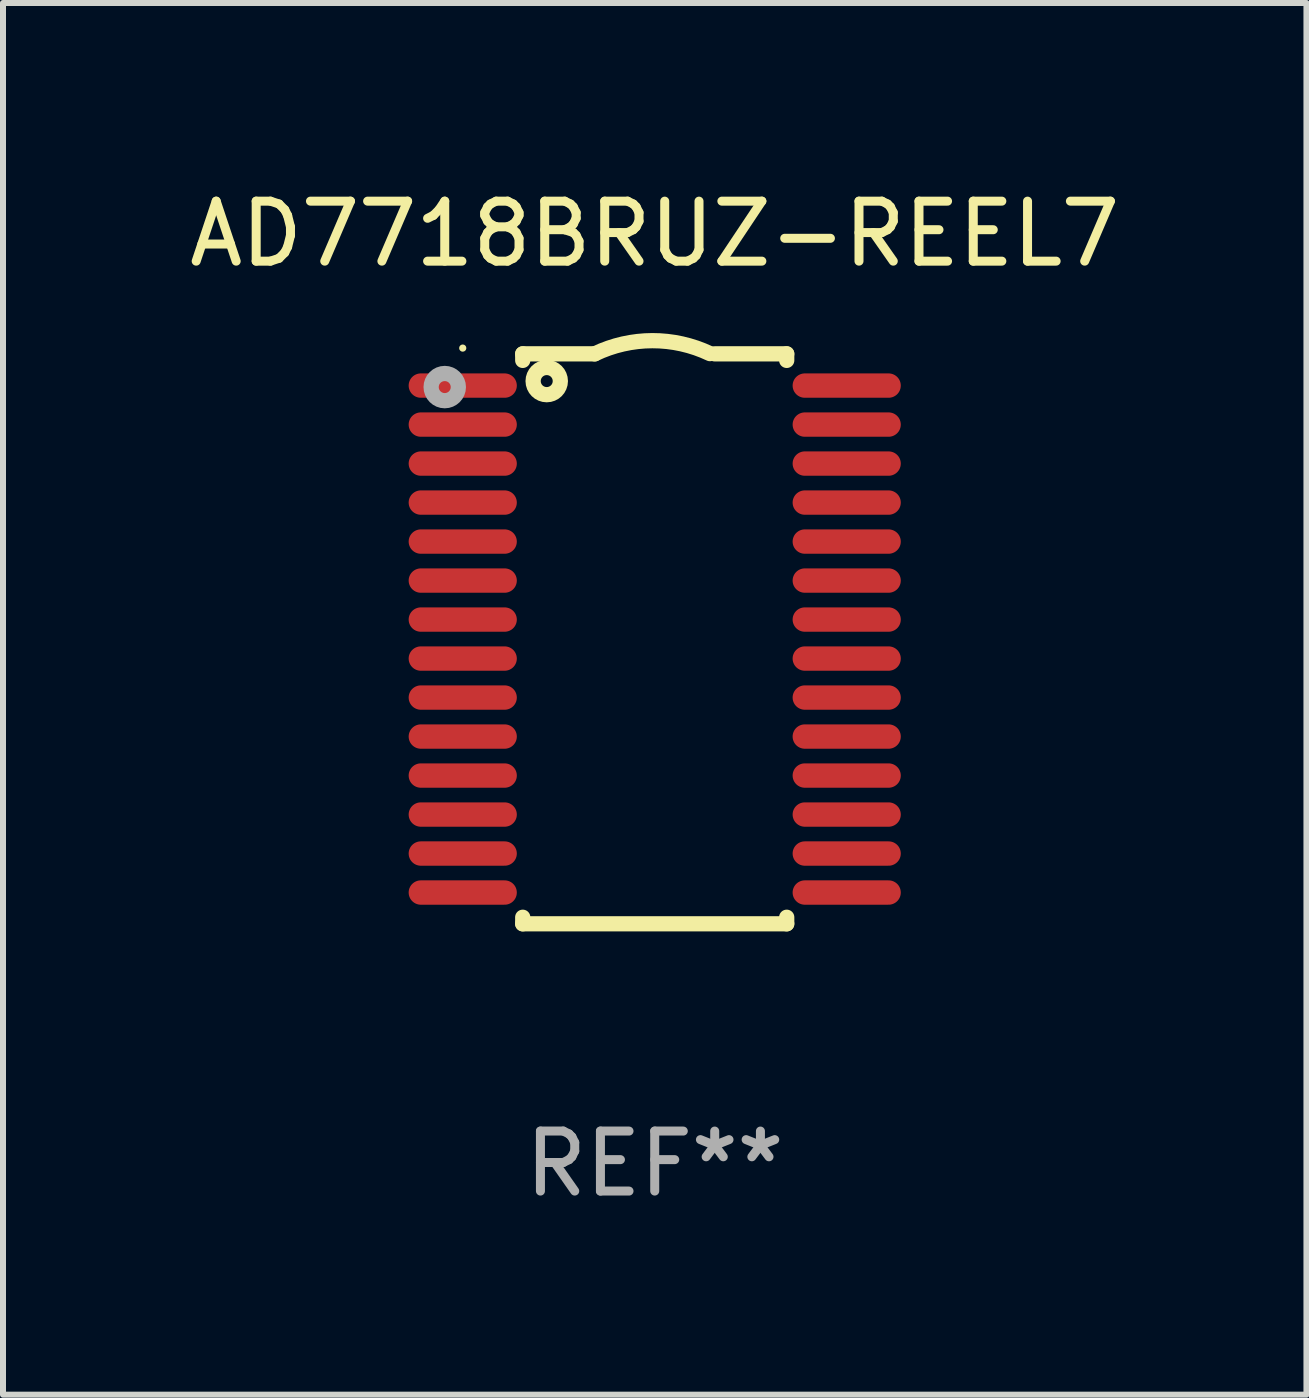
<source format=kicad_pcb>
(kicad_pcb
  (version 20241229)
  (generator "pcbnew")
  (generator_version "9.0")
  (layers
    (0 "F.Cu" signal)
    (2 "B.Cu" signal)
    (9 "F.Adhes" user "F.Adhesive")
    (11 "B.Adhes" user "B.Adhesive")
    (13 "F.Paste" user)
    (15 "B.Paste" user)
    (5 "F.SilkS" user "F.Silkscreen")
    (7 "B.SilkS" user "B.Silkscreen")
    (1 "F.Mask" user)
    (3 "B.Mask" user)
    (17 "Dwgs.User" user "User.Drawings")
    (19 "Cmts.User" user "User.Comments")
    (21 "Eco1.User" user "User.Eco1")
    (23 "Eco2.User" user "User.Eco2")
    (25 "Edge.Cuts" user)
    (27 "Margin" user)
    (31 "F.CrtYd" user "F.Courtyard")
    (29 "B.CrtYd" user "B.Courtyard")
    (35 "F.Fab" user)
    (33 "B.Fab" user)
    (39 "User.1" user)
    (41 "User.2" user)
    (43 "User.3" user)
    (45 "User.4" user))
  (footprint "AD7718BRUZ-REEL7"
    (layer "F.Cu")
    (at 7.863 7.598)
    (property "Reference" "AD7718BRUZ-REEL7" (at 0 -6.75 0) (layer "F.SilkS") (effects (font (size 1 1) (thickness 0.15))))
    (attr through_hole)
    (fp_line (start -2.2 -4.75) (end -2.2 -4.641) (stroke (width 0.254) (type solid)) (layer "F.SilkS"))
    (fp_line (start -2.2 -4.75) (end -1 -4.75) (stroke (width 0.254) (type solid)) (layer "F.SilkS"))
    (fp_line (start -2.2 4.641) (end -2.2 4.75) (stroke (width 0.254) (type solid)) (layer "F.SilkS"))
    (fp_line (start -2.2 4.75) (end 2.2 4.75) (stroke (width 0.254) (type solid)) (layer "F.SilkS"))
    (fp_line (start 2.2 -4.75) (end 1 -4.75) (stroke (width 0.254) (type solid)) (layer "F.SilkS"))
    (fp_line (start 2.2 -4.75) (end 2.2 -4.641) (stroke (width 0.254) (type solid)) (layer "F.SilkS"))
    (fp_line (start 2.2 4.641) (end 2.2 4.75) (stroke (width 0.254) (type solid)) (layer "F.SilkS"))
    (fp_arc (start -1.000025 -4.750013) (mid -0.040073 -4.969719) (end 0.920777 -4.753975) (stroke (width 0.254001) (type solid)) (layer "F.SilkS"))
    (fp_circle (center -3.2 -4.846) (end -3.17 -4.846) (stroke (width 0.06) (type solid)) (fill no) (layer "F.SilkS"))
    (fp_circle (center -1.8 -4.296) (end -1.7 -4.296) (stroke (width 0.254) (type solid)) (fill no) (layer "F.SilkS"))
    (fp_circle (center -3.5 -4.196) (end -3.4 -4.196) (stroke (width 0.254) (type solid)) (fill no) (layer "F.Fab"))
    (fp_text user "REF**" (at 0 8.75 0) (layer "F.Fab") (effects (font (size 1 1) (thickness 0.15))))
    (pad "1" smd oval (at -3.2 -4.221) (size 1.803 0.406) (layers "F.Cu" "F.Mask" "F.Paste"))
    (pad "2" smd oval (at -3.2 -3.571) (size 1.803 0.406) (layers "F.Cu" "F.Mask" "F.Paste"))
    (pad "3" smd oval (at -3.2 -2.921) (size 1.803 0.406) (layers "F.Cu" "F.Mask" "F.Paste"))
    (pad "4" smd oval (at -3.2 -2.271) (size 1.803 0.406) (layers "F.Cu" "F.Mask" "F.Paste"))
    (pad "5" smd oval (at -3.2 -1.621) (size 1.803 0.406) (layers "F.Cu" "F.Mask" "F.Paste"))
    (pad "6" smd oval (at -3.2 -0.971) (size 1.803 0.406) (layers "F.Cu" "F.Mask" "F.Paste"))
    (pad "7" smd oval (at -3.2 -0.321) (size 1.803 0.406) (layers "F.Cu" "F.Mask" "F.Paste"))
    (pad "8" smd oval (at -3.2 0.329) (size 1.803 0.406) (layers "F.Cu" "F.Mask" "F.Paste"))
    (pad "9" smd oval (at -3.2 0.979) (size 1.803 0.406) (layers "F.Cu" "F.Mask" "F.Paste"))
    (pad "10" smd oval (at -3.2 1.629) (size 1.803 0.406) (layers "F.Cu" "F.Mask" "F.Paste"))
    (pad "11" smd oval (at -3.2 2.279) (size 1.803 0.406) (layers "F.Cu" "F.Mask" "F.Paste"))
    (pad "12" smd oval (at -3.2 2.929) (size 1.803 0.406) (layers "F.Cu" "F.Mask" "F.Paste"))
    (pad "13" smd oval (at -3.2 3.579) (size 1.803 0.406) (layers "F.Cu" "F.Mask" "F.Paste"))
    (pad "14" smd oval (at -3.2 4.229) (size 1.803 0.406) (layers "F.Cu" "F.Mask" "F.Paste"))
    (pad "15" smd oval (at 3.2 4.229) (size 1.803 0.406) (layers "F.Cu" "F.Mask" "F.Paste"))
    (pad "16" smd oval (at 3.2 3.579) (size 1.803 0.406) (layers "F.Cu" "F.Mask" "F.Paste"))
    (pad "17" smd oval (at 3.2 2.929) (size 1.803 0.406) (layers "F.Cu" "F.Mask" "F.Paste"))
    (pad "18" smd oval (at 3.2 2.279) (size 1.803 0.406) (layers "F.Cu" "F.Mask" "F.Paste"))
    (pad "19" smd oval (at 3.2 1.629) (size 1.803 0.406) (layers "F.Cu" "F.Mask" "F.Paste"))
    (pad "20" smd oval (at 3.2 0.979) (size 1.803 0.406) (layers "F.Cu" "F.Mask" "F.Paste"))
    (pad "21" smd oval (at 3.2 0.329) (size 1.803 0.406) (layers "F.Cu" "F.Mask" "F.Paste"))
    (pad "22" smd oval (at 3.2 -0.321) (size 1.803 0.406) (layers "F.Cu" "F.Mask" "F.Paste"))
    (pad "23" smd oval (at 3.2 -0.971) (size 1.803 0.406) (layers "F.Cu" "F.Mask" "F.Paste"))
    (pad "24" smd oval (at 3.2 -1.621) (size 1.803 0.406) (layers "F.Cu" "F.Mask" "F.Paste"))
    (pad "25" smd oval (at 3.2 -2.271) (size 1.803 0.406) (layers "F.Cu" "F.Mask" "F.Paste"))
    (pad "26" smd oval (at 3.2 -2.921) (size 1.803 0.406) (layers "F.Cu" "F.Mask" "F.Paste"))
    (pad "27" smd oval (at 3.2 -3.571) (size 1.803 0.406) (layers "F.Cu" "F.Mask" "F.Paste"))
    (pad "28" smd oval (at 3.2 -4.221) (size 1.803 0.406) (layers "F.Cu" "F.Mask" "F.Paste")))
  (gr_rect
    (start -3 -3)
    (end 18.726 20.197)
    (stroke (width 0.1) (type default))
    (fill no)
    (layer "Edge.Cuts")))
</source>
